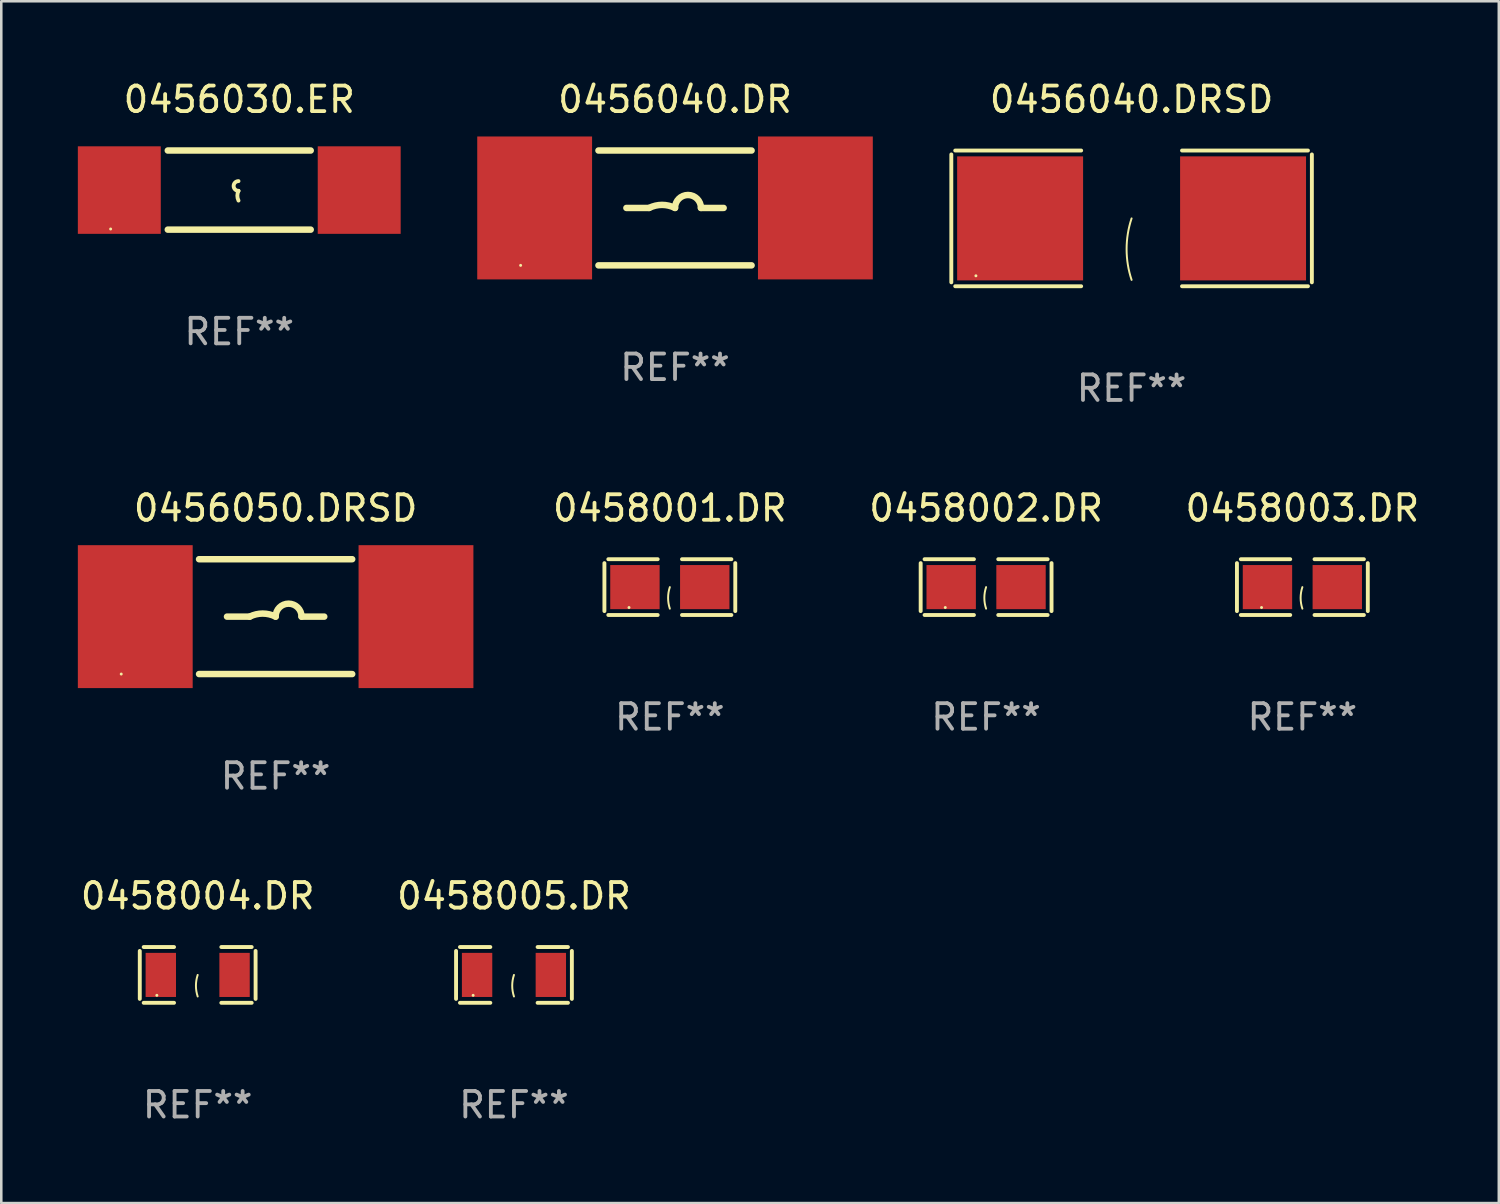
<source format=kicad_pcb>
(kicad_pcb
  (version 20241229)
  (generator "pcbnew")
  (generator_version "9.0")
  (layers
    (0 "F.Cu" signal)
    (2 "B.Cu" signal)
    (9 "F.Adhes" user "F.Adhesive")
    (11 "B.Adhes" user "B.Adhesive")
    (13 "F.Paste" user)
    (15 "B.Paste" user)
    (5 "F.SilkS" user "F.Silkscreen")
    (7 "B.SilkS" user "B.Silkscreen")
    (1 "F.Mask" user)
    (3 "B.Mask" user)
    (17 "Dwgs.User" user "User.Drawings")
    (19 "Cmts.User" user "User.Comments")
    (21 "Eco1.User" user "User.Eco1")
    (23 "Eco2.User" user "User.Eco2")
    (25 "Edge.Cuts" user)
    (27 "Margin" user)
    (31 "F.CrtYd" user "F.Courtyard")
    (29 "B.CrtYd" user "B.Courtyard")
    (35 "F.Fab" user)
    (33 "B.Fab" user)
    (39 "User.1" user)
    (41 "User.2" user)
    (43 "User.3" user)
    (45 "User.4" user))
  (footprint "0458003.DR"
    (layer "F.Cu")
    (at 47.982 19.955)
    (property "Reference" "0458003.DR" (at 0 -3.093 0) (layer "F.SilkS") (effects (font (size 1 1) (thickness 0.15))))
    (attr through_hole)
    (fp_line (start -2.564 -0.94) (end -2.564 0.94) (stroke (width 0.152) (type solid)) (layer "F.SilkS"))
    (fp_line (start -2.411 1.093) (end -0.476 1.093) (stroke (width 0.152) (type solid)) (layer "F.SilkS"))
    (fp_line (start -0.476 -1.093) (end -2.411 -1.093) (stroke (width 0.152) (type solid)) (layer "F.SilkS"))
    (fp_line (start 0.476 -1.093) (end 2.411 -1.093) (stroke (width 0.152) (type solid)) (layer "F.SilkS"))
    (fp_line (start 2.411 1.093) (end 0.476 1.093) (stroke (width 0.152) (type solid)) (layer "F.SilkS"))
    (fp_line (start 2.564 -0.94) (end 2.564 0.94) (stroke (width 0.152) (type solid)) (layer "F.SilkS"))
    (fp_arc (start 0 0.844951) (mid -0.068559 0.422475) (end 0 0) (stroke (width 0.0762) (type solid)) (layer "F.SilkS"))
    (fp_circle (center -1.6 0.8) (end -1.57 0.8) (stroke (width 0.06) (type solid)) (fill no) (layer "F.SilkS"))
    (fp_text user "REF**" (at 0 5.093 0) (layer "F.Fab") (effects (font (size 1 1) (thickness 0.15))))
    (pad "1" smd rect (at -1.368 0) (size 1.935 1.728) (layers "F.Cu" "F.Mask" "F.Paste"))
    (pad "2" smd rect (at 1.368 0) (size 1.935 1.728) (layers "F.Cu" "F.Mask" "F.Paste")))
  (footprint "0456040.DR"
    (layer "F.Cu")
    (at 23.4 5.098)
    (property "Reference" "0456040.DR" (at 0 -4.25 0) (layer "F.SilkS") (effects (font (size 1 1) (thickness 0.15))))
    (attr through_hole)
    (fp_line (start -3 -2.25) (end 3 -2.25) (stroke (width 0.254) (type solid)) (layer "F.SilkS"))
    (fp_line (start -3 2.25) (end 3 2.25) (stroke (width 0.254) (type solid)) (layer "F.SilkS"))
    (fp_line (start -1.905 0) (end -1.016 0) (stroke (width 0.254) (type solid)) (layer "F.SilkS"))
    (fp_line (start 1.905 0) (end 1.016 0) (stroke (width 0.254) (type solid)) (layer "F.SilkS"))
    (fp_arc (start -1.016002 0) (mid -0.508001 -0.119923) (end 0 0) (stroke (width 0.254001) (type solid)) (layer "F.SilkS"))
    (fp_arc (start 0 0) (mid 0.508001 -0.508001) (end 1.016002 0) (stroke (width 0.254001) (type solid)) (layer "F.SilkS"))
    (fp_circle (center -6.05 2.25) (end -6.02 2.25) (stroke (width 0.06) (type solid)) (fill no) (layer "F.SilkS"))
    (fp_text user "REF**" (at 0 6.25 0) (layer "F.Fab") (effects (font (size 1 1) (thickness 0.15))))
    (pad "1" smd rect (at -5.5 0 90) (size 5.6 4.5) (layers "F.Cu" "F.Mask" "F.Paste"))
    (pad "2" smd rect (at 5.5 0 90) (size 5.6 4.5) (layers "F.Cu" "F.Mask" "F.Paste")))
  (footprint "0458004.DR"
    (layer "F.Cu")
    (at 4.696 35.151)
    (property "Reference" "0458004.DR" (at 0 -3.093 0) (layer "F.SilkS") (effects (font (size 1 1) (thickness 0.15))))
    (attr through_hole)
    (fp_line (start -2.269 -0.94) (end -2.269 0.94) (stroke (width 0.152) (type solid)) (layer "F.SilkS"))
    (fp_line (start -2.116 1.093) (end -0.926 1.093) (stroke (width 0.152) (type solid)) (layer "F.SilkS"))
    (fp_line (start -0.926 -1.093) (end -2.116 -1.093) (stroke (width 0.152) (type solid)) (layer "F.SilkS"))
    (fp_line (start 0.926 -1.093) (end 2.116 -1.093) (stroke (width 0.152) (type solid)) (layer "F.SilkS"))
    (fp_line (start 2.116 1.093) (end 0.926 1.093) (stroke (width 0.152) (type solid)) (layer "F.SilkS"))
    (fp_line (start 2.269 -0.94) (end 2.269 0.94) (stroke (width 0.152) (type solid)) (layer "F.SilkS"))
    (fp_arc (start 0 0.844951) (mid -0.068559 0.422475) (end 0 0) (stroke (width 0.0762) (type solid)) (layer "F.SilkS"))
    (fp_circle (center -1.6 0.8) (end -1.57 0.8) (stroke (width 0.06) (type solid)) (fill no) (layer "F.SilkS"))
    (fp_text user "REF**" (at 0 5.093 0) (layer "F.Fab") (effects (font (size 1 1) (thickness 0.15))))
    (pad "1" smd rect (at -1.445 0) (size 1.19 1.728) (layers "F.Cu" "F.Mask" "F.Paste"))
    (pad "2" smd rect (at 1.445 0) (size 1.19 1.728) (layers "F.Cu" "F.Mask" "F.Paste")))
  (footprint "0456030.ER"
    (layer "F.Cu")
    (at 6.325 4.398)
    (property "Reference" "0456030.ER" (at 0 -3.55 0) (layer "F.SilkS") (effects (font (size 1 1) (thickness 0.15))))
    (attr through_hole)
    (fp_line (start -2.8 -1.55) (end 2.8 -1.55) (stroke (width 0.254) (type solid)) (layer "F.SilkS"))
    (fp_line (start -2.8 1.55) (end 2.8 1.55) (stroke (width 0.254) (type solid)) (layer "F.SilkS"))
    (fp_arc (start -0.029896 0.030074) (mid -0.220397 -0.160427) (end -0.029896 -0.350928) (stroke (width 0.151994) (type solid)) (layer "F.SilkS"))
    (fp_arc (start -0.029896 0.411075) (mid -0.074867 0.220574) (end -0.029896 0.030074) (stroke (width 0.151994) (type solid)) (layer "F.SilkS"))
    (fp_circle (center -5.04 1.525) (end -5.01 1.525) (stroke (width 0.06) (type solid)) (fill no) (layer "F.SilkS"))
    (fp_text user "REF**" (at 0 5.55 0) (layer "F.Fab") (effects (font (size 1 1) (thickness 0.15))))
    (pad "1" smd rect (at -4.7 0) (size 3.25 3.43) (layers "F.Cu" "F.Mask" "F.Paste"))
    (pad "2" smd rect (at 4.7 0) (size 3.25 3.43) (layers "F.Cu" "F.Mask" "F.Paste")))
  (footprint "0458005.DR"
    (layer "F.Cu")
    (at 17.089 35.151)
    (property "Reference" "0458005.DR" (at 0 -3.093 0) (layer "F.SilkS") (effects (font (size 1 1) (thickness 0.15))))
    (attr through_hole)
    (fp_line (start -2.269 -0.94) (end -2.269 0.94) (stroke (width 0.152) (type solid)) (layer "F.SilkS"))
    (fp_line (start -2.116 1.093) (end -0.926 1.093) (stroke (width 0.152) (type solid)) (layer "F.SilkS"))
    (fp_line (start -0.926 -1.093) (end -2.116 -1.093) (stroke (width 0.152) (type solid)) (layer "F.SilkS"))
    (fp_line (start 0.926 -1.093) (end 2.116 -1.093) (stroke (width 0.152) (type solid)) (layer "F.SilkS"))
    (fp_line (start 2.116 1.093) (end 0.926 1.093) (stroke (width 0.152) (type solid)) (layer "F.SilkS"))
    (fp_line (start 2.269 -0.94) (end 2.269 0.94) (stroke (width 0.152) (type solid)) (layer "F.SilkS"))
    (fp_arc (start 0 0.844951) (mid -0.068559 0.422475) (end 0 0) (stroke (width 0.0762) (type solid)) (layer "F.SilkS"))
    (fp_circle (center -1.6 0.8) (end -1.57 0.8) (stroke (width 0.06) (type solid)) (fill no) (layer "F.SilkS"))
    (fp_text user "REF**" (at 0 5.093 0) (layer "F.Fab") (effects (font (size 1 1) (thickness 0.15))))
    (pad "1" smd rect (at -1.445 0) (size 1.19 1.728) (layers "F.Cu" "F.Mask" "F.Paste"))
    (pad "2" smd rect (at 1.445 0) (size 1.19 1.728) (layers "F.Cu" "F.Mask" "F.Paste")))
  (footprint "0456050.DRSD"
    (layer "F.Cu")
    (at 7.75 21.112)
    (property "Reference" "0456050.DRSD" (at 0 -4.25 0) (layer "F.SilkS") (effects (font (size 1 1) (thickness 0.15))))
    (attr through_hole)
    (fp_line (start -3 -2.25) (end 3 -2.25) (stroke (width 0.254) (type solid)) (layer "F.SilkS"))
    (fp_line (start -3 2.25) (end 3 2.25) (stroke (width 0.254) (type solid)) (layer "F.SilkS"))
    (fp_line (start -1.905 0) (end -1.016 0) (stroke (width 0.254) (type solid)) (layer "F.SilkS"))
    (fp_line (start 1.905 0) (end 1.016 0) (stroke (width 0.254) (type solid)) (layer "F.SilkS"))
    (fp_arc (start -1.016002 0) (mid -0.508001 -0.119923) (end 0 0) (stroke (width 0.254001) (type solid)) (layer "F.SilkS"))
    (fp_arc (start 0 0) (mid 0.508001 -0.508001) (end 1.016002 0) (stroke (width 0.254001) (type solid)) (layer "F.SilkS"))
    (fp_circle (center -6.05 2.25) (end -6.02 2.25) (stroke (width 0.06) (type solid)) (fill no) (layer "F.SilkS"))
    (fp_text user "REF**" (at 0 6.25 0) (layer "F.Fab") (effects (font (size 1 1) (thickness 0.15))))
    (pad "1" smd rect (at -5.5 0 90) (size 5.6 4.5) (layers "F.Cu" "F.Mask" "F.Paste"))
    (pad "2" smd rect (at 5.5 0 90) (size 5.6 4.5) (layers "F.Cu" "F.Mask" "F.Paste")))
  (footprint "0456040.DRSD"
    (layer "F.Cu")
    (at 41.29 5.507)
    (property "Reference" "0456040.DRSD" (at 0 -4.659 0) (layer "F.SilkS") (effects (font (size 1 1) (thickness 0.15))))
    (attr through_hole)
    (fp_line (start -7.064 -2.506) (end -7.064 2.506) (stroke (width 0.152) (type solid)) (layer "F.SilkS"))
    (fp_line (start -6.911 2.659) (end -1.976 2.659) (stroke (width 0.152) (type solid)) (layer "F.SilkS"))
    (fp_line (start -1.976 -2.659) (end -6.911 -2.659) (stroke (width 0.152) (type solid)) (layer "F.SilkS"))
    (fp_line (start 1.976 -2.659) (end 6.911 -2.659) (stroke (width 0.152) (type solid)) (layer "F.SilkS"))
    (fp_line (start 6.911 2.659) (end 1.976 2.659) (stroke (width 0.152) (type solid)) (layer "F.SilkS"))
    (fp_line (start 7.064 -2.506) (end 7.064 2.506) (stroke (width 0.152) (type solid)) (layer "F.SilkS"))
    (fp_arc (start 0 2.41095) (mid -0.195622 1.205475) (end 0 0) (stroke (width 0.0762) (type solid)) (layer "F.SilkS"))
    (fp_circle (center -6.1 2.25) (end -6.07 2.25) (stroke (width 0.06) (type solid)) (fill no) (layer "F.SilkS"))
    (fp_text user "REF**" (at 0 6.659 0) (layer "F.Fab") (effects (font (size 1 1) (thickness 0.15))))
    (pad "1" smd rect (at -4.368 0) (size 4.935 4.86) (layers "F.Cu" "F.Mask" "F.Paste"))
    (pad "2" smd rect (at 4.368 0) (size 4.935 4.86) (layers "F.Cu" "F.Mask" "F.Paste")))
  (footprint "0458001.DR"
    (layer "F.Cu")
    (at 23.197 19.955)
    (property "Reference" "0458001.DR" (at 0 -3.093 0) (layer "F.SilkS") (effects (font (size 1 1) (thickness 0.15))))
    (attr through_hole)
    (fp_line (start -2.564 -0.94) (end -2.564 0.94) (stroke (width 0.152) (type solid)) (layer "F.SilkS"))
    (fp_line (start -2.411 1.093) (end -0.476 1.093) (stroke (width 0.152) (type solid)) (layer "F.SilkS"))
    (fp_line (start -0.476 -1.093) (end -2.411 -1.093) (stroke (width 0.152) (type solid)) (layer "F.SilkS"))
    (fp_line (start 0.476 -1.093) (end 2.411 -1.093) (stroke (width 0.152) (type solid)) (layer "F.SilkS"))
    (fp_line (start 2.411 1.093) (end 0.476 1.093) (stroke (width 0.152) (type solid)) (layer "F.SilkS"))
    (fp_line (start 2.564 -0.94) (end 2.564 0.94) (stroke (width 0.152) (type solid)) (layer "F.SilkS"))
    (fp_arc (start 0 0.844951) (mid -0.068559 0.422475) (end 0 0) (stroke (width 0.0762) (type solid)) (layer "F.SilkS"))
    (fp_circle (center -1.6 0.8) (end -1.57 0.8) (stroke (width 0.06) (type solid)) (fill no) (layer "F.SilkS"))
    (fp_text user "REF**" (at 0 5.093 0) (layer "F.Fab") (effects (font (size 1 1) (thickness 0.15))))
    (pad "1" smd rect (at -1.368 0) (size 1.935 1.728) (layers "F.Cu" "F.Mask" "F.Paste"))
    (pad "2" smd rect (at 1.368 0) (size 1.935 1.728) (layers "F.Cu" "F.Mask" "F.Paste")))
  (footprint "0458002.DR"
    (layer "F.Cu")
    (at 35.589 19.955)
    (property "Reference" "0458002.DR" (at 0 -3.093 0) (layer "F.SilkS") (effects (font (size 1 1) (thickness 0.15))))
    (attr through_hole)
    (fp_line (start -2.564 -0.94) (end -2.564 0.94) (stroke (width 0.152) (type solid)) (layer "F.SilkS"))
    (fp_line (start -2.411 1.093) (end -0.476 1.093) (stroke (width 0.152) (type solid)) (layer "F.SilkS"))
    (fp_line (start -0.476 -1.093) (end -2.411 -1.093) (stroke (width 0.152) (type solid)) (layer "F.SilkS"))
    (fp_line (start 0.476 -1.093) (end 2.411 -1.093) (stroke (width 0.152) (type solid)) (layer "F.SilkS"))
    (fp_line (start 2.411 1.093) (end 0.476 1.093) (stroke (width 0.152) (type solid)) (layer "F.SilkS"))
    (fp_line (start 2.564 -0.94) (end 2.564 0.94) (stroke (width 0.152) (type solid)) (layer "F.SilkS"))
    (fp_arc (start 0 0.844951) (mid -0.068559 0.422475) (end 0 0) (stroke (width 0.0762) (type solid)) (layer "F.SilkS"))
    (fp_circle (center -1.6 0.8) (end -1.57 0.8) (stroke (width 0.06) (type solid)) (fill no) (layer "F.SilkS"))
    (fp_text user "REF**" (at 0 5.093 0) (layer "F.Fab") (effects (font (size 1 1) (thickness 0.15))))
    (pad "1" smd rect (at -1.368 0) (size 1.935 1.728) (layers "F.Cu" "F.Mask" "F.Paste"))
    (pad "2" smd rect (at 1.368 0) (size 1.935 1.728) (layers "F.Cu" "F.Mask" "F.Paste")))
  (gr_rect
    (start -3 -3)
    (end 55.679 44.092)
    (stroke (width 0.1) (type default))
    (fill no)
    (layer "Edge.Cuts")))
</source>
